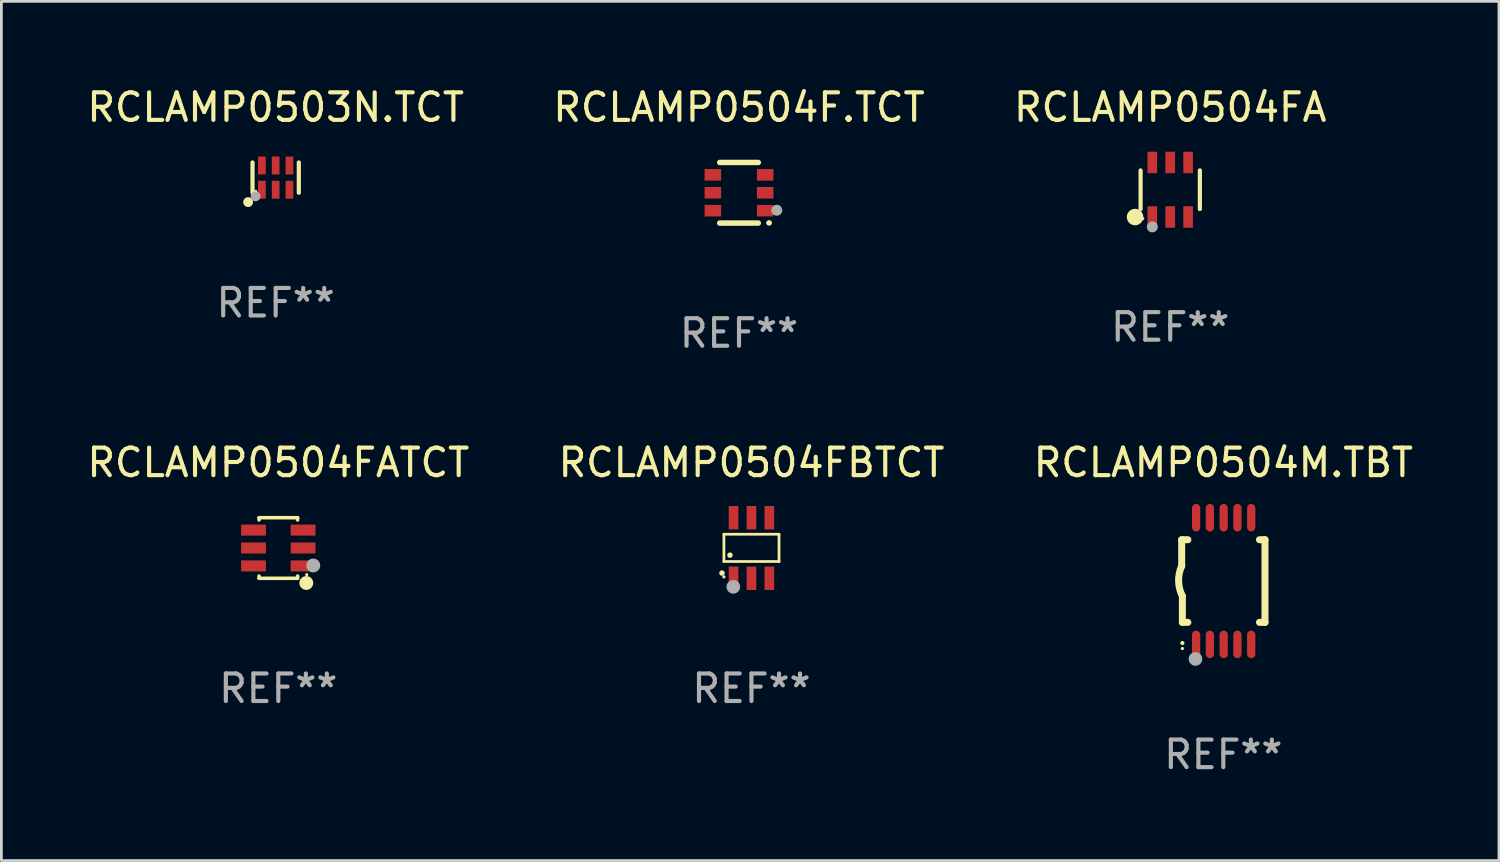
<source format=kicad_pcb>
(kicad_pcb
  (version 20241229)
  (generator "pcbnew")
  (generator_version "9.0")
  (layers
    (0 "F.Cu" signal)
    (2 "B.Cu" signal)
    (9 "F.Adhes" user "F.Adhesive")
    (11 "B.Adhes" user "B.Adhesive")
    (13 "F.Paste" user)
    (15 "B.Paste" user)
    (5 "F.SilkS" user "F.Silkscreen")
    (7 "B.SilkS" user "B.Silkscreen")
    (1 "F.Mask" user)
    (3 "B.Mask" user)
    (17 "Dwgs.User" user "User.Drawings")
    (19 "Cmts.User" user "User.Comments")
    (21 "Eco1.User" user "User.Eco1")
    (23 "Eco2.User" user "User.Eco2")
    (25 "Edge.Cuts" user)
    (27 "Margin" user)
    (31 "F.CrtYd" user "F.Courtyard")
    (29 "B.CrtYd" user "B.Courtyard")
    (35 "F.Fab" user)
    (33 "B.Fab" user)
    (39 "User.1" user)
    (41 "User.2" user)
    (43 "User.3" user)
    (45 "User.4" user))
  (footprint "RCLAMP0504M.TBT"
    (layer "F.Cu")
    (at 41.363 18.045)
    (property "Reference" "RCLAMP0504M.TBT" (at 0 -4.3 0) (layer "F.SilkS") (effects (font (size 1 1) (thickness 0.15))))
    (attr through_hole)
    (fp_line (start -1.512 -1.5) (end -1.512 -0.546) (stroke (width 0.254) (type solid)) (layer "F.SilkS"))
    (fp_line (start -1.487 0.546) (end -1.487 1.5) (stroke (width 0.254) (type solid)) (layer "F.SilkS"))
    (fp_line (start -1.288 -1.5) (end -1.512 -1.5) (stroke (width 0.254) (type solid)) (layer "F.SilkS"))
    (fp_line (start -1.288 1.5) (end -1.487 1.5) (stroke (width 0.254) (type solid)) (layer "F.SilkS"))
    (fp_line (start 1.512 -1.5) (end 1.312 -1.5) (stroke (width 0.254) (type solid)) (layer "F.SilkS"))
    (fp_line (start 1.512 -1.5) (end 1.512 1.5) (stroke (width 0.254) (type solid)) (layer "F.SilkS"))
    (fp_line (start 1.512 1.5) (end 1.312 1.5) (stroke (width 0.254) (type solid)) (layer "F.SilkS"))
    (fp_arc (start -1.487998 2.250013) (mid -1.486728 2.250007) (end -1.485458 2.250013) (stroke (width 0.150013) (type solid)) (layer "F.SilkS"))
    (fp_arc (start -1.486602 0.546102) (mid -1.624196 0.002905) (end -1.512002 -0.546101) (stroke (width 0.254001) (type solid)) (layer "F.SilkS"))
    (fp_circle (center -1.488 2.45) (end -1.458 2.45) (stroke (width 0.06) (type solid)) (fill no) (layer "F.SilkS"))
    (fp_circle (center -1.012 2.828) (end -0.887 2.828) (stroke (width 0.25) (type solid)) (fill no) (layer "F.Fab"))
    (fp_text user "REF**" (at 0 6.3 0) (layer "F.Fab") (effects (font (size 1 1) (thickness 0.15))))
    (pad "1" smd oval (at -0.988 2.3) (size 0.3 1) (layers "F.Cu" "F.Mask" "F.Paste"))
    (pad "2" smd oval (at -0.488 2.3) (size 0.3 1) (layers "F.Cu" "F.Mask" "F.Paste"))
    (pad "3" smd oval (at 0.012 2.3) (size 0.3 1) (layers "F.Cu" "F.Mask" "F.Paste"))
    (pad "4" smd oval (at 0.512 2.3) (size 0.3 1) (layers "F.Cu" "F.Mask" "F.Paste"))
    (pad "5" smd oval (at 1.012 2.3) (size 0.3 1) (layers "F.Cu" "F.Mask" "F.Paste"))
    (pad "6" smd oval (at 1.012 -2.3) (size 0.3 1) (layers "F.Cu" "F.Mask" "F.Paste"))
    (pad "7" smd oval (at 0.512 -2.3) (size 0.3 1) (layers "F.Cu" "F.Mask" "F.Paste"))
    (pad "8" smd oval (at 0.012 -2.3) (size 0.3 1) (layers "F.Cu" "F.Mask" "F.Paste"))
    (pad "9" smd oval (at -0.488 -2.3) (size 0.3 1) (layers "F.Cu" "F.Mask" "F.Paste"))
    (pad "10" smd oval (at -0.988 -2.3) (size 0.3 1) (layers "F.Cu" "F.Mask" "F.Paste")))
  (footprint "RCLAMP0504FATCT"
    (layer "F.Cu")
    (at 7.054 16.845)
    (property "Reference" "RCLAMP0504FATCT" (at 0 -3.1 0) (layer "F.SilkS") (effects (font (size 1 1) (thickness 0.15))))
    (attr through_hole)
    (fp_line (start -0.7 -1.018) (end -0.7 -1.1) (stroke (width 0.127) (type solid)) (layer "F.SilkS"))
    (fp_line (start -0.7 1.1) (end -0.7 1.018) (stroke (width 0.127) (type solid)) (layer "F.SilkS"))
    (fp_line (start 0.7 -1.1) (end -0.7 -1.1) (stroke (width 0.127) (type solid)) (layer "F.SilkS"))
    (fp_line (start 0.7 -1.018) (end 0.7 -1.1) (stroke (width 0.127) (type solid)) (layer "F.SilkS"))
    (fp_line (start 0.7 1.1) (end -0.7 1.1) (stroke (width 0.127) (type solid)) (layer "F.SilkS"))
    (fp_line (start 0.7 1.1) (end 0.7 1.018) (stroke (width 0.127) (type solid)) (layer "F.SilkS"))
    (fp_circle (center 1.016 1.27) (end 1.143 1.27) (stroke (width 0.254) (type solid)) (fill no) (layer "F.SilkS"))
    (fp_circle (center 1.032 0.97) (end 1.062 0.97) (stroke (width 0.06) (type solid)) (fill no) (layer "F.SilkS"))
    (fp_circle (center 1.27 0.635) (end 1.397 0.635) (stroke (width 0.254) (type solid)) (fill no) (layer "F.Fab"))
    (fp_text user "REF**" (at 0 5.1 0) (layer "F.Fab") (effects (font (size 1 1) (thickness 0.15))))
    (pad "1" smd rect (at 0.9 0.65 90) (size 0.4 0.9) (layers "F.Cu" "F.Mask" "F.Paste"))
    (pad "2" smd rect (at 0.9 -0.000102 90) (size 0.4 0.9) (layers "F.Cu" "F.Mask" "F.Paste"))
    (pad "3" smd rect (at 0.9 -0.65 90) (size 0.4 0.9) (layers "F.Cu" "F.Mask" "F.Paste"))
    (pad "4" smd rect (at -0.9 -0.65 90) (size 0.4 0.9) (layers "F.Cu" "F.Mask" "F.Paste"))
    (pad "5" smd rect (at -0.9 -0.000102 90) (size 0.4 0.9) (layers "F.Cu" "F.Mask" "F.Paste"))
    (pad "6" smd rect (at -0.9 0.65 90) (size 0.4 0.9) (layers "F.Cu" "F.Mask" "F.Paste")))
  (footprint "RCLAMP0504FA"
    (layer "F.Cu")
    (at 39.435 3.838)
    (property "Reference" "RCLAMP0504FA" (at 0 -2.99 0) (layer "F.SilkS") (effects (font (size 1 1) (thickness 0.15))))
    (attr through_hole)
    (fp_line (start -1.076 0.701) (end -1.076 -0.701) (stroke (width 0.152) (type solid)) (layer "F.SilkS"))
    (fp_line (start 1.076 0.701) (end 1.076 -0.701) (stroke (width 0.152) (type solid)) (layer "F.SilkS"))
    (fp_circle (center -1.277 0.992) (end -1.127 0.992) (stroke (width 0.3) (type solid)) (fill no) (layer "F.SilkS"))
    (fp_circle (center -1 1.05) (end -0.97 1.05) (stroke (width 0.06) (type solid)) (fill no) (layer "F.SilkS"))
    (fp_circle (center -0.65 1.35) (end -0.55 1.35) (stroke (width 0.2) (type solid)) (fill no) (layer "F.Fab"))
    (fp_text user "REF**" (at 0 4.99 0) (layer "F.Fab") (effects (font (size 1 1) (thickness 0.15))))
    (pad "1" smd rect (at -0.65 0.99) (size 0.35 0.78) (layers "F.Cu" "F.Mask" "F.Paste"))
    (pad "2" smd rect (at 0 0.99) (size 0.35 0.78) (layers "F.Cu" "F.Mask" "F.Paste"))
    (pad "3" smd rect (at 0.65 0.99) (size 0.35 0.78) (layers "F.Cu" "F.Mask" "F.Paste"))
    (pad "4" smd rect (at 0.65 -0.99) (size 0.35 0.78) (layers "F.Cu" "F.Mask" "F.Paste"))
    (pad "5" smd rect (at 0 -0.99) (size 0.35 0.78) (layers "F.Cu" "F.Mask" "F.Paste"))
    (pad "6" smd rect (at -0.65 -0.99) (size 0.35 0.78) (layers "F.Cu" "F.Mask" "F.Paste")))
  (footprint "RCLAMP0504F.TCT"
    (layer "F.Cu")
    (at 23.78 3.948)
    (property "Reference" "RCLAMP0504F.TCT" (at 0 -3.1 0) (layer "F.SilkS") (effects (font (size 1 1) (thickness 0.15))))
    (attr through_hole)
    (fp_line (start -0.7 -1.1) (end 0.7 -1.1) (stroke (width 0.2) (type solid)) (layer "F.SilkS"))
    (fp_line (start -0.7 1.1) (end 0.7 1.1) (stroke (width 0.2) (type solid)) (layer "F.SilkS"))
    (fp_arc (start 1.090932 1.094209) (mid 1.092202 1.094203) (end 1.093472 1.094209) (stroke (width 0.2) (type solid)) (layer "F.SilkS"))
    (fp_circle (center 1.053 1.1) (end 1.083 1.1) (stroke (width 0.06) (type solid)) (fill no) (layer "F.SilkS"))
    (fp_circle (center 1.372 0.635) (end 1.472 0.635) (stroke (width 0.2) (type solid)) (fill no) (layer "F.Fab"))
    (fp_text user "REF**" (at 0 5.1 0) (layer "F.Fab") (effects (font (size 1 1) (thickness 0.15))))
    (pad "1" smd rect (at 0.95 0.65 90) (size 0.42 0.6) (layers "F.Cu" "F.Mask" "F.Paste"))
    (pad "2" smd rect (at 0.95 0 90) (size 0.42 0.6) (layers "F.Cu" "F.Mask" "F.Paste"))
    (pad "3" smd rect (at 0.95 -0.65 90) (size 0.42 0.6) (layers "F.Cu" "F.Mask" "F.Paste"))
    (pad "4" smd rect (at -0.95 -0.65 270) (size 0.42 0.6) (layers "F.Cu" "F.Mask" "F.Paste"))
    (pad "5" smd rect (at -0.95 0 270) (size 0.42 0.6) (layers "F.Cu" "F.Mask" "F.Paste"))
    (pad "6" smd rect (at -0.95 0.65 270) (size 0.42 0.6) (layers "F.Cu" "F.Mask" "F.Paste")))
  (footprint "RCLAMP0504FBTCT"
    (layer "F.Cu")
    (at 24.232 16.845)
    (property "Reference" "RCLAMP0504FBTCT" (at 0 -3.1 0) (layer "F.SilkS") (effects (font (size 1 1) (thickness 0.15))))
    (attr through_hole)
    (fp_line (start -1 -0.5) (end -1 0.49) (stroke (width 0.1) (type solid)) (layer "F.SilkS"))
    (fp_line (start -1 0.49) (end 1 0.49) (stroke (width 0.1) (type solid)) (layer "F.SilkS"))
    (fp_line (start 0.99 -0.5) (end -1 -0.5) (stroke (width 0.1) (type solid)) (layer "F.SilkS"))
    (fp_line (start 1 -0.49) (end 0.99 -0.5) (stroke (width 0.1) (type solid)) (layer "F.SilkS"))
    (fp_line (start 1 0.49) (end 1 -0.49) (stroke (width 0.1) (type solid)) (layer "F.SilkS"))
    (fp_circle (center -1.07 0.91) (end -1.02 0.91) (stroke (width 0.1) (type solid)) (fill no) (layer "F.SilkS"))
    (fp_circle (center -1 1.05) (end -0.97 1.05) (stroke (width 0.06) (type solid)) (fill no) (layer "F.SilkS"))
    (fp_circle (center -0.78 0.26) (end -0.73 0.26) (stroke (width 0.1) (type solid)) (fill no) (layer "F.SilkS"))
    (fp_circle (center -0.66 1.41) (end -0.535 1.41) (stroke (width 0.25) (type solid)) (fill no) (layer "F.Fab"))
    (fp_text user "REF**" (at 0 5.1 0) (layer "F.Fab") (effects (font (size 1 1) (thickness 0.15))))
    (pad "1" smd rect (at -0.65 1.1) (size 0.35 0.85) (layers "F.Cu" "F.Mask" "F.Paste"))
    (pad "2" smd rect (at 0 1.1) (size 0.35 0.85) (layers "F.Cu" "F.Mask" "F.Paste"))
    (pad "3" smd rect (at 0.65 1.1) (size 0.35 0.85) (layers "F.Cu" "F.Mask" "F.Paste"))
    (pad "4" smd rect (at 0.65 -1.1) (size 0.35 0.85) (layers "F.Cu" "F.Mask" "F.Paste"))
    (pad "5" smd rect (at 0 -1.1) (size 0.35 0.85) (layers "F.Cu" "F.Mask" "F.Paste"))
    (pad "6" smd rect (at -0.65 -1.1) (size 0.35 0.85) (layers "F.Cu" "F.Mask" "F.Paste")))
  (footprint "RCLAMP0503N.TCT"
    (layer "F.Cu")
    (at 6.958 3.398)
    (property "Reference" "RCLAMP0503N.TCT" (at 0 -2.55 0) (layer "F.SilkS") (effects (font (size 1 1) (thickness 0.15))))
    (attr through_hole)
    (fp_line (start -0.84 -0.55) (end -0.84 0.55) (stroke (width 0.152) (type solid)) (layer "F.SilkS"))
    (fp_line (start 0.84 0.55) (end 0.84 -0.55) (stroke (width 0.152) (type solid)) (layer "F.SilkS"))
    (fp_circle (center -1 0.89) (end -0.91 0.89) (stroke (width 0.18) (type solid)) (fill no) (layer "F.SilkS"))
    (fp_circle (center -0.725 0.5) (end -0.695 0.5) (stroke (width 0.06) (type solid)) (fill no) (layer "F.SilkS"))
    (fp_circle (center -0.73 0.68) (end -0.64 0.68) (stroke (width 0.18) (type solid)) (fill no) (layer "F.Fab"))
    (fp_text user "REF**" (at 0 4.55 0) (layer "F.Fab") (effects (font (size 1 1) (thickness 0.15))))
    (pad "1" smd rect (at -0.5 0.44) (size 0.28 0.65) (layers "F.Cu" "F.Mask" "F.Paste"))
    (pad "2" smd rect (at 0.000051 0.44) (size 0.28 0.65) (layers "F.Cu" "F.Mask" "F.Paste"))
    (pad "3" smd rect (at 0.5 0.44) (size 0.28 0.65) (layers "F.Cu" "F.Mask" "F.Paste"))
    (pad "4" smd rect (at 0.5 -0.44) (size 0.28 0.65) (layers "F.Cu" "F.Mask" "F.Paste"))
    (pad "5" smd rect (at 0.000051 -0.44) (size 0.28 0.65) (layers "F.Cu" "F.Mask" "F.Paste"))
    (pad "6" smd rect (at -0.5 -0.44) (size 0.28 0.65) (layers "F.Cu" "F.Mask" "F.Paste")))
  (gr_rect
    (start -3 -3)
    (end 51.369 28.193)
    (stroke (width 0.1) (type default))
    (fill no)
    (layer "Edge.Cuts")))
</source>
